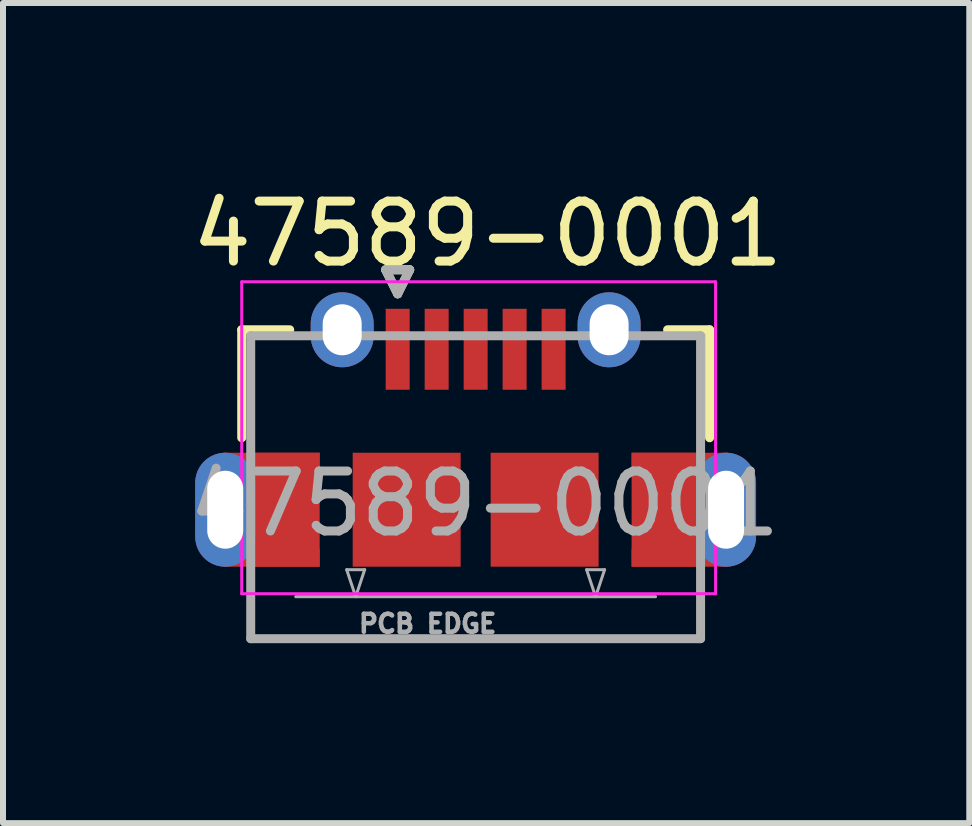
<source format=kicad_pcb>
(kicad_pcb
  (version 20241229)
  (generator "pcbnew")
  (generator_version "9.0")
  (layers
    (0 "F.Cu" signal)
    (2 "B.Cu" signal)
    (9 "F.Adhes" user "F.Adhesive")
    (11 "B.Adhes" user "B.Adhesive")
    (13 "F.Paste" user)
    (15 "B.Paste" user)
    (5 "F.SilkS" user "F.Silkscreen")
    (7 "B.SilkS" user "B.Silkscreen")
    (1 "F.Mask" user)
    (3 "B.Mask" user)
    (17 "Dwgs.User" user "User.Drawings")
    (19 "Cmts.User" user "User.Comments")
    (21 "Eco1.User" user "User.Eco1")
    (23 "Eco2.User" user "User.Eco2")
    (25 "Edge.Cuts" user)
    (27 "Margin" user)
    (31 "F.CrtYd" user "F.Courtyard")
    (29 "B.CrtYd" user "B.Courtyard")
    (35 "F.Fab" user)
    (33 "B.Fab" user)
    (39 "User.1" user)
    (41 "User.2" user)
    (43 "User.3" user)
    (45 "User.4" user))
  (footprint "47589-0001"
    (layer "F.Cu")
    (at 4.88 5.448)
    (property "Reference" "47589-0001" (at 0.2 -4.6 0) (layer "F.SilkS") (effects (font (size 1 1) (thickness 0.15))))
    (attr smd)
    (fp_line (start -3.9 -3) (end -3.9 -1.2) (stroke (width 0.15) (type solid)) (layer "F.SilkS"))
    (fp_line (start -3.9 -3) (end -3.1 -3) (stroke (width 0.15) (type solid)) (layer "F.SilkS"))
    (fp_line (start -1.5 -4) (end -1.3 -3.6) (stroke (width 0.15) (type solid)) (layer "F.SilkS"))
    (fp_line (start -1.3 -3.6) (end -1.1 -4) (stroke (width 0.15) (type solid)) (layer "F.SilkS"))
    (fp_line (start -1.1 -4) (end -1.5 -4) (stroke (width 0.15) (type solid)) (layer "F.SilkS"))
    (fp_line (start 3.2 -3) (end 3.9 -3) (stroke (width 0.15) (type solid)) (layer "F.SilkS"))
    (fp_line (start 3.9 -3) (end 3.9 -1.2) (stroke (width 0.15) (type solid)) (layer "F.SilkS"))
    (fp_line (start -3.9 -3.8) (end 4 -3.8) (stroke (width 0.05) (type solid)) (layer "F.CrtYd"))
    (fp_line (start -3.9 1.4) (end -3.9 -3.8) (stroke (width 0.05) (type solid)) (layer "F.CrtYd"))
    (fp_line (start 4 -3.8) (end 4 1.4) (stroke (width 0.05) (type solid)) (layer "F.CrtYd"))
    (fp_line (start 4 1.4) (end -3.9 1.4) (stroke (width 0.05) (type solid)) (layer "F.CrtYd"))
    (fp_line (start -3.75 -2.9) (end 3.75 -2.9) (stroke (width 0.15) (type solid)) (layer "F.Fab"))
    (fp_line (start -3.75 2.15) (end -3.75 -2.9) (stroke (width 0.15) (type solid)) (layer "F.Fab"))
    (fp_line (start -3 1.45) (end 3 1.45) (stroke (width 0.05) (type solid)) (layer "F.Fab"))
    (fp_line (start -2.15 1) (end -1.85 1) (stroke (width 0.05) (type solid)) (layer "F.Fab"))
    (fp_line (start -2 1.45) (end -2.15 1) (stroke (width 0.05) (type solid)) (layer "F.Fab"))
    (fp_line (start -1.85 1) (end -2 1.45) (stroke (width 0.05) (type solid)) (layer "F.Fab"))
    (fp_line (start -1.5 -4) (end -1.1 -4) (stroke (width 0.15) (type solid)) (layer "F.Fab"))
    (fp_line (start -1.3 -3.6) (end -1.5 -4) (stroke (width 0.15) (type solid)) (layer "F.Fab"))
    (fp_line (start -1.1 -4) (end -1.3 -3.6) (stroke (width 0.15) (type solid)) (layer "F.Fab"))
    (fp_line (start 1.85 1) (end 2.15 1) (stroke (width 0.05) (type solid)) (layer "F.Fab"))
    (fp_line (start 2 1.45) (end 1.85 1) (stroke (width 0.05) (type solid)) (layer "F.Fab"))
    (fp_line (start 2.15 1) (end 2 1.45) (stroke (width 0.05) (type solid)) (layer "F.Fab"))
    (fp_line (start 3.75 -2.9) (end 3.75 2.15) (stroke (width 0.15) (type solid)) (layer "F.Fab"))
    (fp_line (start 3.75 2.15) (end -3.75 2.15) (stroke (width 0.15) (type solid)) (layer "F.Fab"))
    (fp_text user "PCB EDGE" (at -0.8 1.9 0) (layer "F.Fab") (effects (font (size 0.3 0.3) (thickness 0.075))))
    (fp_text user "${REFERENCE}" (at 0.15 -0.1 0) (layer "F.Fab") (effects (font (size 1 1) (thickness 0.15))))
    (pad "" smd rect (at -1.15 0) (size 1.8 1.9) (layers "F.Cu" "F.Mask" "F.Paste"))
    (pad "" smd rect (at 1.15 0) (size 1.8 1.9) (layers "F.Cu" "F.Mask" "F.Paste"))
    (pad "1" smd rect (at -1.3 -2.675) (size 0.4 1.35) (layers "F.Cu" "F.Mask" "F.Paste"))
    (pad "2" smd rect (at -0.65 -2.675) (size 0.4 1.35) (layers "F.Cu" "F.Mask" "F.Paste"))
    (pad "3" smd rect (at 0 -2.675) (size 0.4 1.35) (layers "F.Cu" "F.Mask" "F.Paste"))
    (pad "4" smd rect (at 0.65 -2.675) (size 0.4 1.35) (layers "F.Cu" "F.Mask" "F.Paste"))
    (pad "5" smd rect (at 1.3 -2.675) (size 0.4 1.35) (layers "F.Cu" "F.Mask" "F.Paste"))
    (pad "6" thru_hole oval (at -4.175 0) (size 1 1.9) (drill oval 0.6 1.3) (layers "*.Cu" "*.Mask"))
    (pad "6" smd rect (at -3.4 -0.8) (size 1.6 0.3) (layers "F.Cu" "F.Mask" "F.Paste"))
    (pad "6" smd rect (at -3.4 0.8) (size 1.6 0.3) (layers "F.Cu" "F.Mask" "F.Paste"))
    (pad "6" smd rect (at -3.2 0) (size 1.2 1.9) (layers "F.Cu" "F.Mask" "F.Paste"))
    (pad "7" thru_hole oval (at -2.225 -3) (size 1.05 1.25) (drill oval 0.65 0.85) (layers "*.Cu" "*.Mask"))
    (pad "8" thru_hole oval (at 2.225 -3) (size 1.05 1.25) (drill oval 0.65 0.85) (layers "*.Cu" "*.Mask"))
    (pad "9" smd rect (at 3.2 0) (size 1.2 1.9) (layers "F.Cu" "F.Mask" "F.Paste"))
    (pad "9" smd rect (at 3.4 -0.8) (size 1.6 0.3) (layers "F.Cu" "F.Mask" "F.Paste"))
    (pad "9" smd rect (at 3.4 0.8) (size 1.6 0.3) (layers "F.Cu" "F.Mask" "F.Paste"))
    (pad "9" thru_hole oval (at 4.175 0) (size 1 1.9) (drill oval 0.6 1.3) (layers "*.Cu" "*.Mask")))
  (gr_rect
    (start -3 -3)
    (end 13.11 10.673)
    (stroke (width 0.1) (type default))
    (fill no)
    (layer "Edge.Cuts")))
</source>
